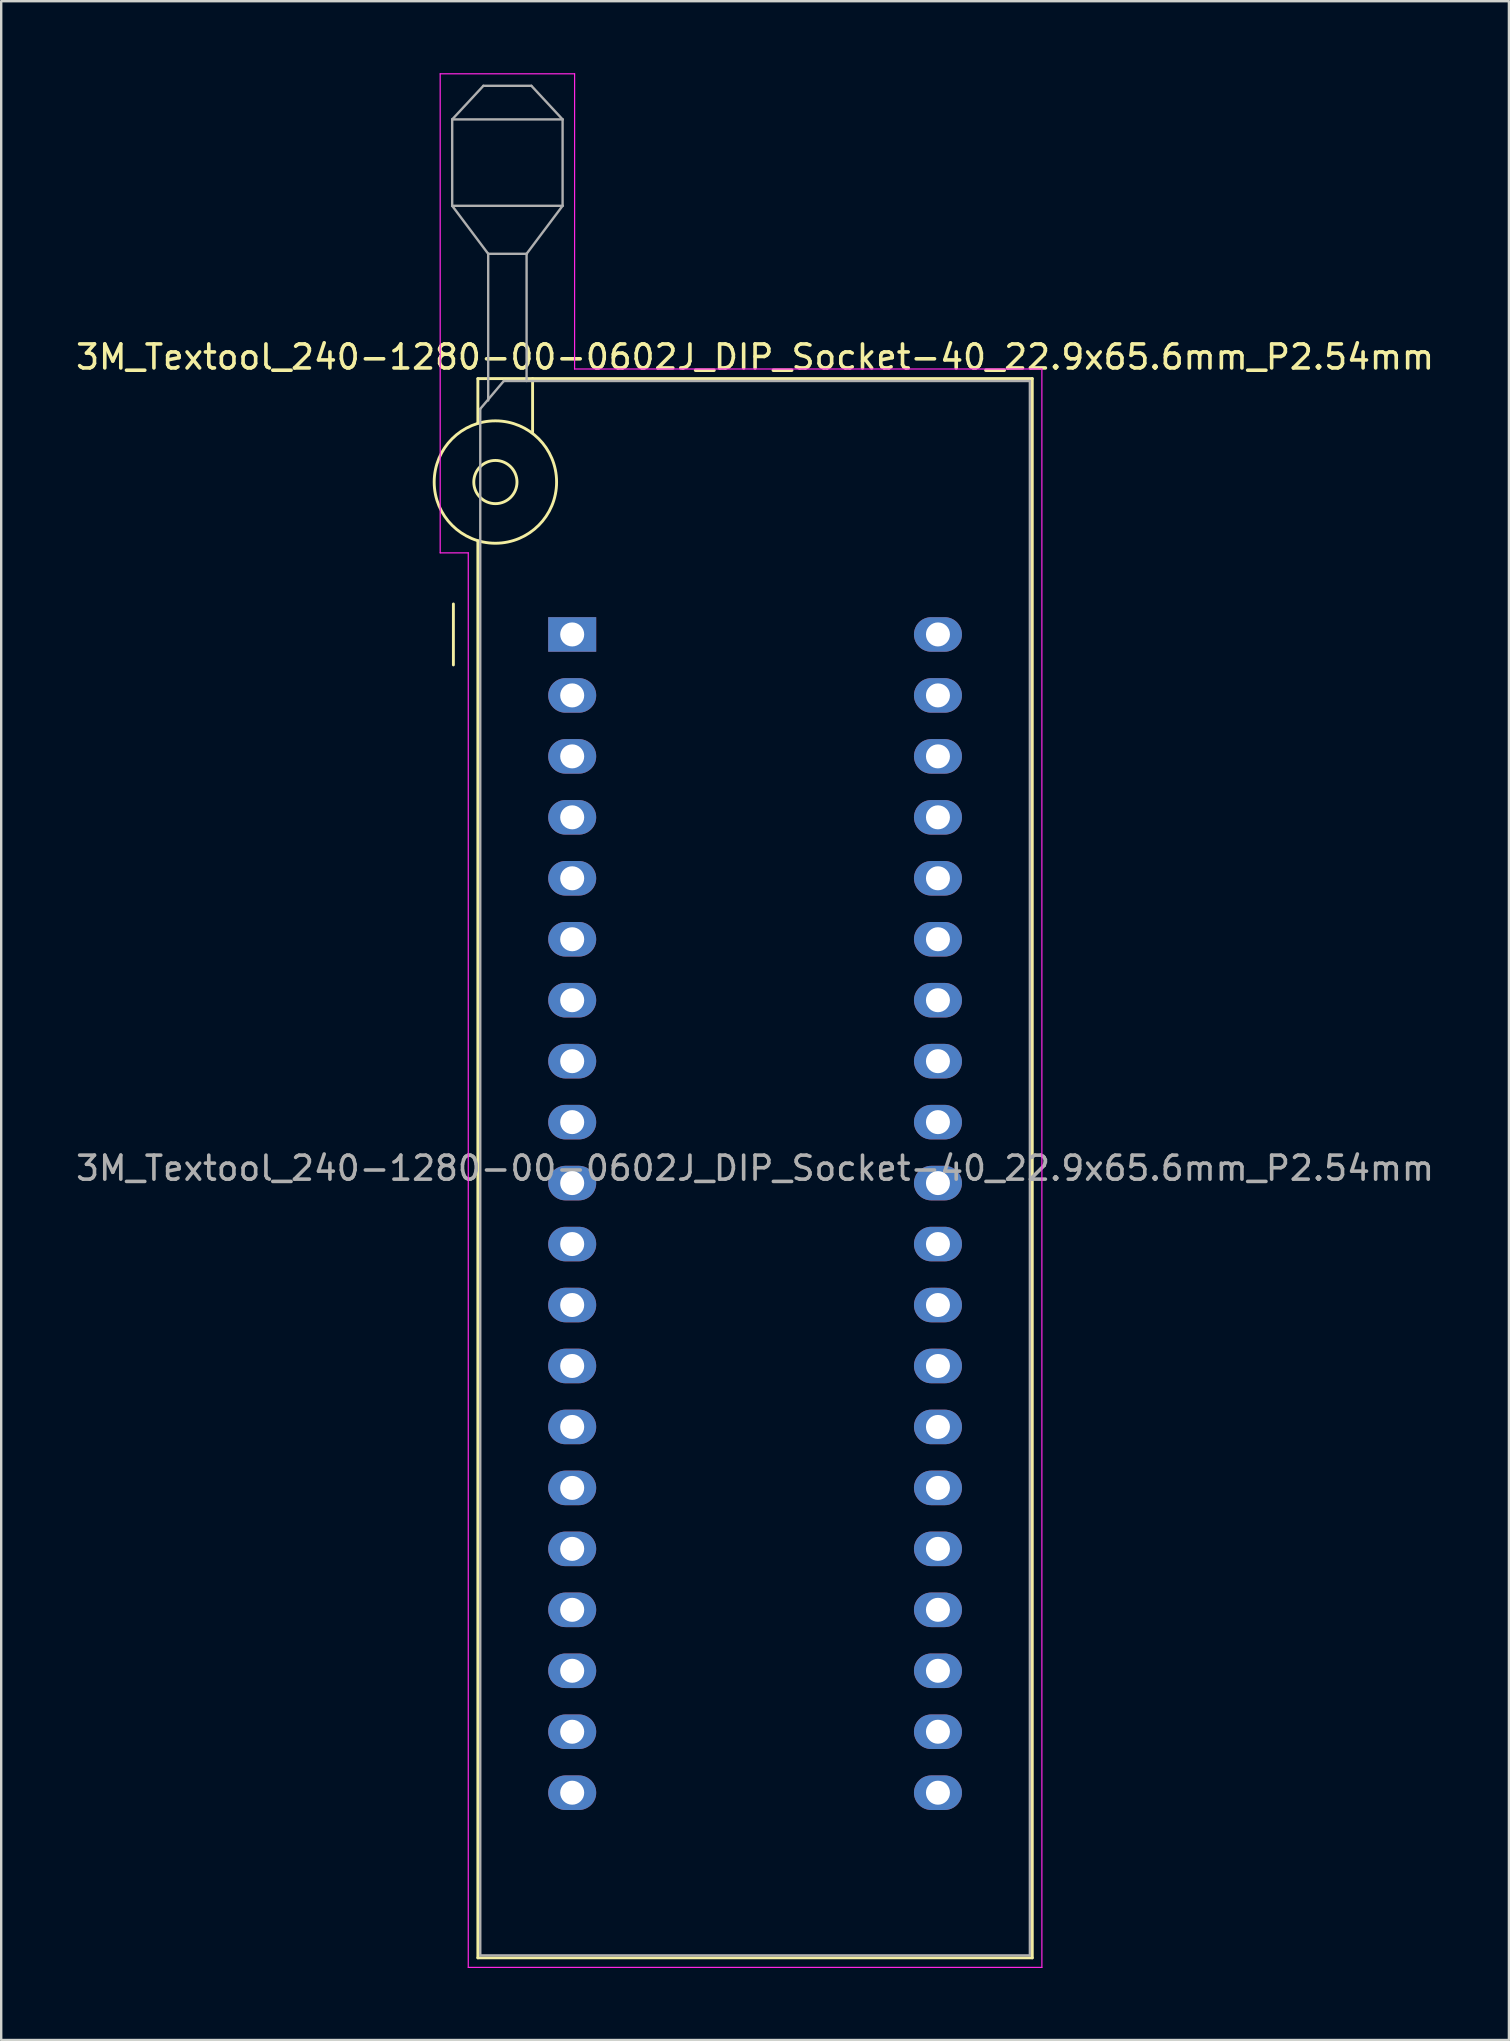
<source format=kicad_pcb>
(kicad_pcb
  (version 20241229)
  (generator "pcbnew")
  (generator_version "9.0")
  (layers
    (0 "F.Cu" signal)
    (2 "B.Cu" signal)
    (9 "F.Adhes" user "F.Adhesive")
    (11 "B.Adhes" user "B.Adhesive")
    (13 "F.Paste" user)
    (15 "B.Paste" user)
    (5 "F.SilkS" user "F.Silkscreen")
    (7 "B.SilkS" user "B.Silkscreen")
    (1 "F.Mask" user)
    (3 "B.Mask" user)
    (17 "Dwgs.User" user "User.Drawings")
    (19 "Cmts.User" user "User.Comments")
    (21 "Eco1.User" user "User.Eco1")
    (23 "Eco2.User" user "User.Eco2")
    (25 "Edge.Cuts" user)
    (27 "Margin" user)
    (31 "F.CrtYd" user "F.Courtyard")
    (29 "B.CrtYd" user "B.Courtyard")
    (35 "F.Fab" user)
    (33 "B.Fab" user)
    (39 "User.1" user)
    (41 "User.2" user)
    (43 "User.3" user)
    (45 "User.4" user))
  (footprint "3M_Textool_240-1280-00-0602J_DIP_Socket-40_22.9x65.6mm_P2.54mm"
    (layer "F.Cu")
    (at 20.791 23.385)
    (property "Reference" "3M_Textool_240-1280-00-0602J_DIP_Socket-40_22.9x65.6mm_P2.54mm" (at 7.62 -11.56 0) (layer "F.SilkS") (effects (font (size 1 1) (thickness 0.15))))
    (attr through_hole)
    (fp_line (start -4.95 1.27) (end -4.95 -1.27) (stroke (width 0.12) (type solid)) (layer "F.SilkS"))
    (fp_line (start -3.93 -10.66) (end -3.93 -8.8) (stroke (width 0.12) (type solid)) (layer "F.SilkS"))
    (fp_line (start -3.93 -3.9) (end -3.93 55.14) (stroke (width 0.12) (type solid)) (layer "F.SilkS"))
    (fp_line (start -3.93 55.14) (end 19.17 55.14) (stroke (width 0.12) (type solid)) (layer "F.SilkS"))
    (fp_line (start -1.65 -10.66) (end -1.65 -8.4) (stroke (width 0.12) (type solid)) (layer "F.SilkS"))
    (fp_line (start 19.17 -10.66) (end -3.93 -10.66) (stroke (width 0.12) (type solid)) (layer "F.SilkS"))
    (fp_line (start 19.17 55.14) (end 19.17 -10.66) (stroke (width 0.12) (type solid)) (layer "F.SilkS"))
    (fp_circle (center -3.2 -6.35) (end -2.3 -6.35) (stroke (width 0.12) (type solid)) (fill no) (layer "F.SilkS"))
    (fp_circle (center -3.2 -6.35) (end -0.65 -6.35) (stroke (width 0.12) (type solid)) (fill no) (layer "F.SilkS"))
    (fp_line (start -5.5 -23.36) (end 0.1 -23.36) (stroke (width 0.05) (type solid)) (layer "F.CrtYd"))
    (fp_line (start -5.5 -3.4) (end -5.5 -23.36) (stroke (width 0.05) (type solid)) (layer "F.CrtYd"))
    (fp_line (start -4.33 -3.4) (end -5.5 -3.4) (stroke (width 0.05) (type solid)) (layer "F.CrtYd"))
    (fp_line (start -4.33 55.54) (end -4.33 -3.4) (stroke (width 0.05) (type solid)) (layer "F.CrtYd"))
    (fp_line (start 0.1 -23.36) (end 0.1 -11.06) (stroke (width 0.05) (type solid)) (layer "F.CrtYd"))
    (fp_line (start 0.1 -11.06) (end 19.57 -11.06) (stroke (width 0.05) (type solid)) (layer "F.CrtYd"))
    (fp_line (start 19.57 -11.06) (end 19.57 55.54) (stroke (width 0.05) (type solid)) (layer "F.CrtYd"))
    (fp_line (start 19.57 55.54) (end -4.33 55.54) (stroke (width 0.05) (type solid)) (layer "F.CrtYd"))
    (fp_line (start -5 -21.46) (end -5 -17.86) (stroke (width 0.1) (type solid)) (layer "F.Fab"))
    (fp_line (start -5 -21.46) (end -3.7 -22.86) (stroke (width 0.1) (type solid)) (layer "F.Fab"))
    (fp_line (start -5 -17.86) (end -3.5 -15.86) (stroke (width 0.1) (type solid)) (layer "F.Fab"))
    (fp_line (start -5 -17.86) (end -0.4 -17.86) (stroke (width 0.1) (type solid)) (layer "F.Fab"))
    (fp_line (start -3.83 -9.4) (end -2.85 -10.56) (stroke (width 0.1) (type solid)) (layer "F.Fab"))
    (fp_line (start -3.83 55.04) (end -3.83 -9.4) (stroke (width 0.1) (type solid)) (layer "F.Fab"))
    (fp_line (start -3.7 -22.86) (end -1.7 -22.86) (stroke (width 0.1) (type solid)) (layer "F.Fab"))
    (fp_line (start -3.5 -15.86) (end -1.9 -15.86) (stroke (width 0.1) (type solid)) (layer "F.Fab"))
    (fp_line (start -3.5 -9.75) (end -3.5 -15.86) (stroke (width 0.1) (type solid)) (layer "F.Fab"))
    (fp_line (start -2.85 -10.56) (end 19.07 -10.56) (stroke (width 0.1) (type solid)) (layer "F.Fab"))
    (fp_line (start -1.9 -15.86) (end -1.9 -10.56) (stroke (width 0.1) (type solid)) (layer "F.Fab"))
    (fp_line (start -1.7 -22.86) (end -0.4 -21.46) (stroke (width 0.1) (type solid)) (layer "F.Fab"))
    (fp_line (start -0.4 -21.46) (end -5 -21.46) (stroke (width 0.1) (type solid)) (layer "F.Fab"))
    (fp_line (start -0.4 -17.86) (end -1.9 -15.86) (stroke (width 0.1) (type solid)) (layer "F.Fab"))
    (fp_line (start -0.4 -17.86) (end -0.4 -21.46) (stroke (width 0.1) (type solid)) (layer "F.Fab"))
    (fp_line (start 19.07 -10.56) (end 19.07 55.04) (stroke (width 0.1) (type solid)) (layer "F.Fab"))
    (fp_line (start 19.07 55.04) (end -3.83 55.04) (stroke (width 0.1) (type solid)) (layer "F.Fab"))
    (fp_text user "${REFERENCE}" (at 7.62 22.24 0) (layer "F.Fab") (effects (font (size 1 1) (thickness 0.15))))
    (pad "1" thru_hole rect (at 0 0) (size 2 1.44) (drill 1) (layers "*.Cu" "*.Mask"))
    (pad "2" thru_hole oval (at 0 2.54) (size 2 1.44) (drill 1) (layers "*.Cu" "*.Mask"))
    (pad "3" thru_hole oval (at 0 5.08) (size 2 1.44) (drill 1) (layers "*.Cu" "*.Mask"))
    (pad "4" thru_hole oval (at 0 7.62) (size 2 1.44) (drill 1) (layers "*.Cu" "*.Mask"))
    (pad "5" thru_hole oval (at 0 10.16) (size 2 1.44) (drill 1) (layers "*.Cu" "*.Mask"))
    (pad "6" thru_hole oval (at 0 12.7) (size 2 1.44) (drill 1) (layers "*.Cu" "*.Mask"))
    (pad "7" thru_hole oval (at 0 15.24) (size 2 1.44) (drill 1) (layers "*.Cu" "*.Mask"))
    (pad "8" thru_hole oval (at 0 17.78) (size 2 1.44) (drill 1) (layers "*.Cu" "*.Mask"))
    (pad "9" thru_hole oval (at 0 20.32) (size 2 1.44) (drill 1) (layers "*.Cu" "*.Mask"))
    (pad "10" thru_hole oval (at 0 22.86) (size 2 1.44) (drill 1) (layers "*.Cu" "*.Mask"))
    (pad "11" thru_hole oval (at 0 25.4) (size 2 1.44) (drill 1) (layers "*.Cu" "*.Mask"))
    (pad "12" thru_hole oval (at 0 27.94) (size 2 1.44) (drill 1) (layers "*.Cu" "*.Mask"))
    (pad "13" thru_hole oval (at 0 30.48) (size 2 1.44) (drill 1) (layers "*.Cu" "*.Mask"))
    (pad "14" thru_hole oval (at 0 33.02) (size 2 1.44) (drill 1) (layers "*.Cu" "*.Mask"))
    (pad "15" thru_hole oval (at 0 35.56) (size 2 1.44) (drill 1) (layers "*.Cu" "*.Mask"))
    (pad "16" thru_hole oval (at 0 38.1) (size 2 1.44) (drill 1) (layers "*.Cu" "*.Mask"))
    (pad "17" thru_hole oval (at 0 40.64) (size 2 1.44) (drill 1) (layers "*.Cu" "*.Mask"))
    (pad "18" thru_hole oval (at 0 43.18) (size 2 1.44) (drill 1) (layers "*.Cu" "*.Mask"))
    (pad "19" thru_hole oval (at 0 45.72) (size 2 1.44) (drill 1) (layers "*.Cu" "*.Mask"))
    (pad "20" thru_hole oval (at 0 48.26) (size 2 1.44) (drill 1) (layers "*.Cu" "*.Mask"))
    (pad "21" thru_hole oval (at 15.24 48.26) (size 2 1.44) (drill 1) (layers "*.Cu" "*.Mask"))
    (pad "22" thru_hole oval (at 15.24 45.72) (size 2 1.44) (drill 1) (layers "*.Cu" "*.Mask"))
    (pad "23" thru_hole oval (at 15.24 43.18) (size 2 1.44) (drill 1) (layers "*.Cu" "*.Mask"))
    (pad "24" thru_hole oval (at 15.24 40.64) (size 2 1.44) (drill 1) (layers "*.Cu" "*.Mask"))
    (pad "25" thru_hole oval (at 15.24 38.1) (size 2 1.44) (drill 1) (layers "*.Cu" "*.Mask"))
    (pad "26" thru_hole oval (at 15.24 35.56) (size 2 1.44) (drill 1) (layers "*.Cu" "*.Mask"))
    (pad "27" thru_hole oval (at 15.24 33.02) (size 2 1.44) (drill 1) (layers "*.Cu" "*.Mask"))
    (pad "28" thru_hole oval (at 15.24 30.48) (size 2 1.44) (drill 1) (layers "*.Cu" "*.Mask"))
    (pad "29" thru_hole oval (at 15.24 27.94) (size 2 1.44) (drill 1) (layers "*.Cu" "*.Mask"))
    (pad "30" thru_hole oval (at 15.24 25.4) (size 2 1.44) (drill 1) (layers "*.Cu" "*.Mask"))
    (pad "31" thru_hole oval (at 15.24 22.86) (size 2 1.44) (drill 1) (layers "*.Cu" "*.Mask"))
    (pad "32" thru_hole oval (at 15.24 20.32) (size 2 1.44) (drill 1) (layers "*.Cu" "*.Mask"))
    (pad "33" thru_hole oval (at 15.24 17.78) (size 2 1.44) (drill 1) (layers "*.Cu" "*.Mask"))
    (pad "34" thru_hole oval (at 15.24 15.24) (size 2 1.44) (drill 1) (layers "*.Cu" "*.Mask"))
    (pad "35" thru_hole oval (at 15.24 12.7) (size 2 1.44) (drill 1) (layers "*.Cu" "*.Mask"))
    (pad "36" thru_hole oval (at 15.24 10.16) (size 2 1.44) (drill 1) (layers "*.Cu" "*.Mask"))
    (pad "37" thru_hole oval (at 15.24 7.62) (size 2 1.44) (drill 1) (layers "*.Cu" "*.Mask"))
    (pad "38" thru_hole oval (at 15.24 5.08) (size 2 1.44) (drill 1) (layers "*.Cu" "*.Mask"))
    (pad "39" thru_hole oval (at 15.24 2.54) (size 2 1.44) (drill 1) (layers "*.Cu" "*.Mask"))
    (pad "40" thru_hole oval (at 15.24 0) (size 2 1.44) (drill 1) (layers "*.Cu" "*.Mask")))
  (gr_rect
    (start -3 -3)
    (end 59.821 81.95)
    (stroke (width 0.1) (type default))
    (fill no)
    (layer "Edge.Cuts")))
</source>
